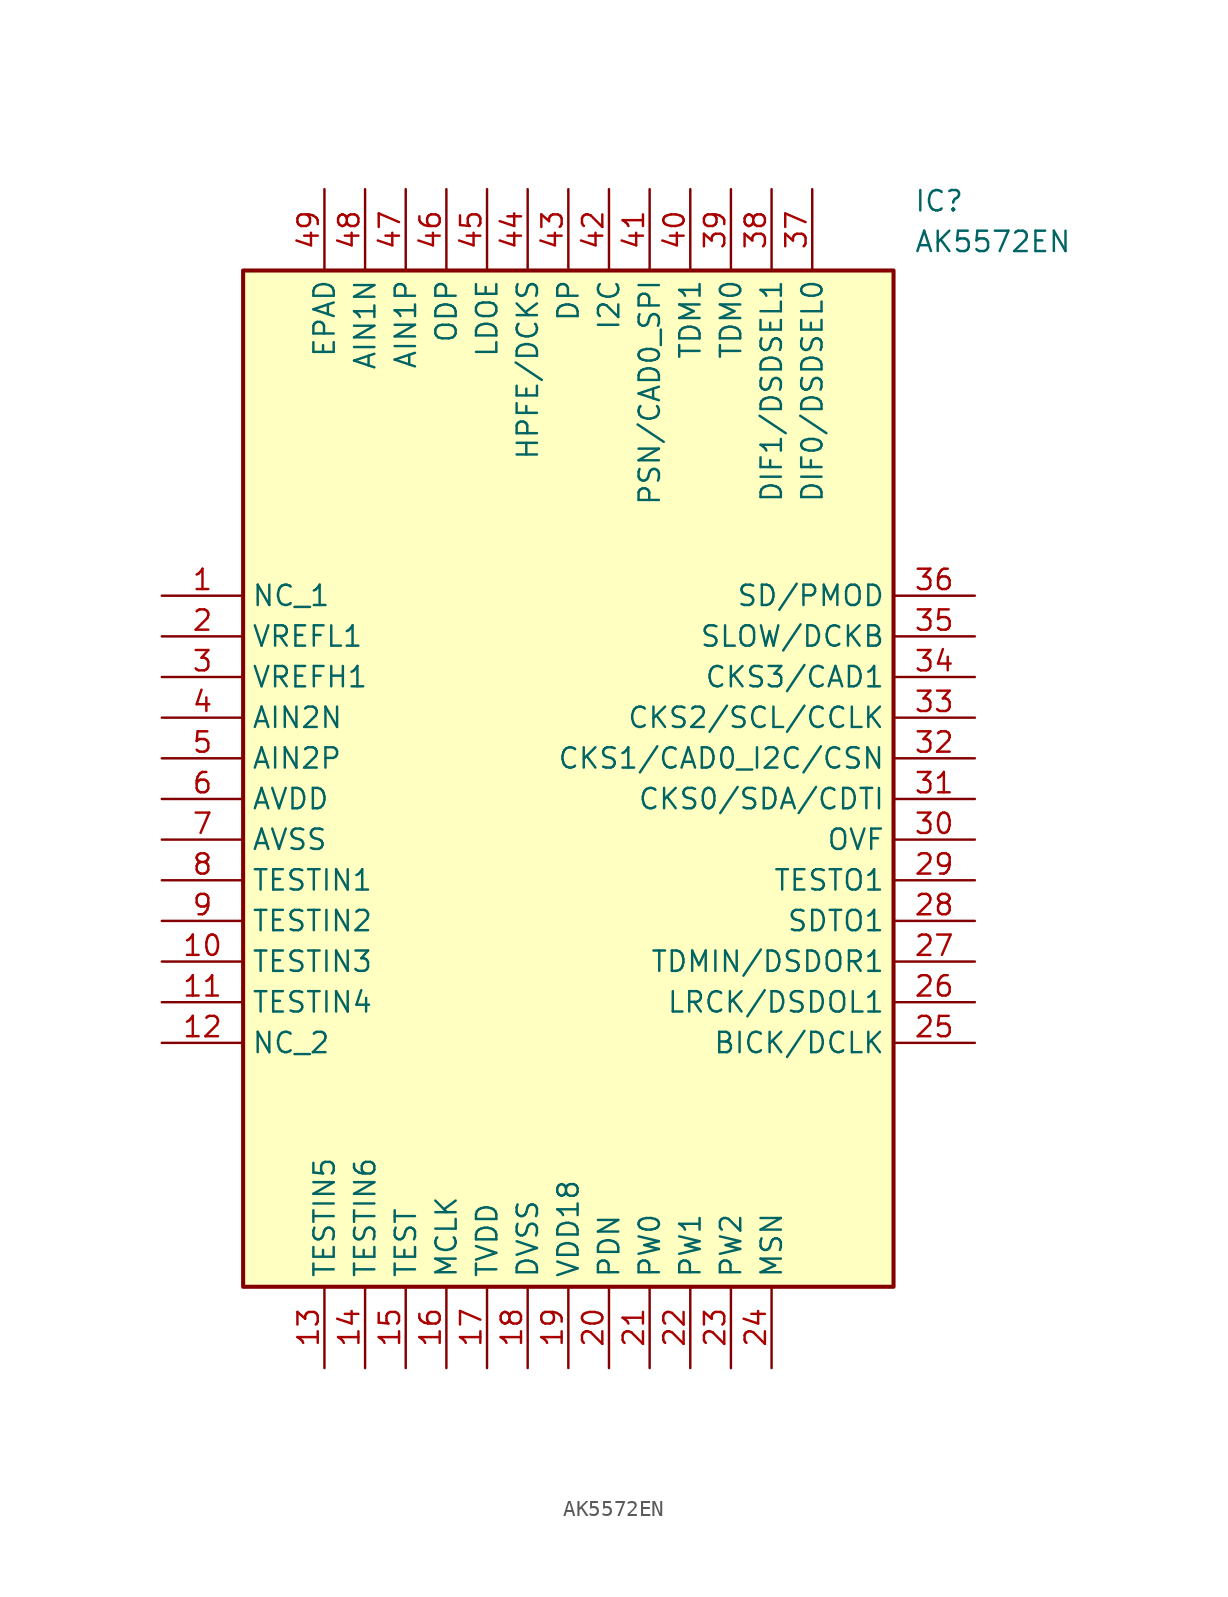
<source format=kicad_sym>
(kicad_symbol_lib
  (version 20211014)
  (generator SamacSys_ECAD_Model)
  (symbol "AK5572EN"
    (property "Reference" "IC"
      (at 46.99 25.4 0)
      (effects (font (size 1.27 1.27)) (justify left top)))
    (property "Value" "AK5572EN"
      (at 46.99 22.86 0)
      (effects (font (size 1.27 1.27)) (justify left top)))
    (rectangle
      (start 5.08 20.32)
      (end 45.72 -43.18)
      (stroke (width 0.254) (type default))
      (fill (type background)))
    (pin passive line
      (at 0 0 0)
      (length 5.08)
      (name "NC_1" (effects (font (size 1.27 1.27))))
      (number "1" (effects (font (size 1.27 1.27)))))
    (pin passive line
      (at 0 -2.54 0)
      (length 5.08)
      (name "VREFL1" (effects (font (size 1.27 1.27))))
      (number "2" (effects (font (size 1.27 1.27)))))
    (pin passive line
      (at 0 -5.08 0)
      (length 5.08)
      (name "VREFH1" (effects (font (size 1.27 1.27))))
      (number "3" (effects (font (size 1.27 1.27)))))
    (pin passive line
      (at 0 -7.62 0)
      (length 5.08)
      (name "AIN2N" (effects (font (size 1.27 1.27))))
      (number "4" (effects (font (size 1.27 1.27)))))
    (pin passive line
      (at 0 -10.16 0)
      (length 5.08)
      (name "AIN2P" (effects (font (size 1.27 1.27))))
      (number "5" (effects (font (size 1.27 1.27)))))
    (pin passive line
      (at 0 -12.7 0)
      (length 5.08)
      (name "AVDD" (effects (font (size 1.27 1.27))))
      (number "6" (effects (font (size 1.27 1.27)))))
    (pin passive line
      (at 0 -15.24 0)
      (length 5.08)
      (name "AVSS" (effects (font (size 1.27 1.27))))
      (number "7" (effects (font (size 1.27 1.27)))))
    (pin passive line
      (at 0 -17.78 0)
      (length 5.08)
      (name "TESTIN1" (effects (font (size 1.27 1.27))))
      (number "8" (effects (font (size 1.27 1.27)))))
    (pin passive line
      (at 0 -20.32 0)
      (length 5.08)
      (name "TESTIN2" (effects (font (size 1.27 1.27))))
      (number "9" (effects (font (size 1.27 1.27)))))
    (pin passive line
      (at 0 -22.86 0)
      (length 5.08)
      (name "TESTIN3" (effects (font (size 1.27 1.27))))
      (number "10" (effects (font (size 1.27 1.27)))))
    (pin passive line
      (at 0 -25.4 0)
      (length 5.08)
      (name "TESTIN4" (effects (font (size 1.27 1.27))))
      (number "11" (effects (font (size 1.27 1.27)))))
    (pin passive line
      (at 0 -27.94 0)
      (length 5.08)
      (name "NC_2" (effects (font (size 1.27 1.27))))
      (number "12" (effects (font (size 1.27 1.27)))))
    (pin passive line
      (at 10.16 -48.26 90)
      (length 5.08)
      (name "TESTIN5" (effects (font (size 1.27 1.27))))
      (number "13" (effects (font (size 1.27 1.27)))))
    (pin passive line
      (at 12.7 -48.26 90)
      (length 5.08)
      (name "TESTIN6" (effects (font (size 1.27 1.27))))
      (number "14" (effects (font (size 1.27 1.27)))))
    (pin passive line
      (at 15.24 -48.26 90)
      (length 5.08)
      (name "TEST" (effects (font (size 1.27 1.27))))
      (number "15" (effects (font (size 1.27 1.27)))))
    (pin passive line
      (at 17.78 -48.26 90)
      (length 5.08)
      (name "MCLK" (effects (font (size 1.27 1.27))))
      (number "16" (effects (font (size 1.27 1.27)))))
    (pin passive line
      (at 20.32 -48.26 90)
      (length 5.08)
      (name "TVDD" (effects (font (size 1.27 1.27))))
      (number "17" (effects (font (size 1.27 1.27)))))
    (pin passive line
      (at 22.86 -48.26 90)
      (length 5.08)
      (name "DVSS" (effects (font (size 1.27 1.27))))
      (number "18" (effects (font (size 1.27 1.27)))))
    (pin passive line
      (at 25.4 -48.26 90)
      (length 5.08)
      (name "VDD18" (effects (font (size 1.27 1.27))))
      (number "19" (effects (font (size 1.27 1.27)))))
    (pin passive line
      (at 27.94 -48.26 90)
      (length 5.08)
      (name "PDN" (effects (font (size 1.27 1.27))))
      (number "20" (effects (font (size 1.27 1.27)))))
    (pin passive line
      (at 30.48 -48.26 90)
      (length 5.08)
      (name "PW0" (effects (font (size 1.27 1.27))))
      (number "21" (effects (font (size 1.27 1.27)))))
    (pin passive line
      (at 33.02 -48.26 90)
      (length 5.08)
      (name "PW1" (effects (font (size 1.27 1.27))))
      (number "22" (effects (font (size 1.27 1.27)))))
    (pin passive line
      (at 35.56 -48.26 90)
      (length 5.08)
      (name "PW2" (effects (font (size 1.27 1.27))))
      (number "23" (effects (font (size 1.27 1.27)))))
    (pin passive line
      (at 38.1 -48.26 90)
      (length 5.08)
      (name "MSN" (effects (font (size 1.27 1.27))))
      (number "24" (effects (font (size 1.27 1.27)))))
    (pin passive line
      (at 50.8 0 180)
      (length 5.08)
      (name "SD/PMOD" (effects (font (size 1.27 1.27))))
      (number "36" (effects (font (size 1.27 1.27)))))
    (pin passive line
      (at 50.8 -2.54 180)
      (length 5.08)
      (name "SLOW/DCKB" (effects (font (size 1.27 1.27))))
      (number "35" (effects (font (size 1.27 1.27)))))
    (pin passive line
      (at 50.8 -5.08 180)
      (length 5.08)
      (name "CKS3/CAD1" (effects (font (size 1.27 1.27))))
      (number "34" (effects (font (size 1.27 1.27)))))
    (pin passive line
      (at 50.8 -7.62 180)
      (length 5.08)
      (name "CKS2/SCL/CCLK" (effects (font (size 1.27 1.27))))
      (number "33" (effects (font (size 1.27 1.27)))))
    (pin passive line
      (at 50.8 -10.16 180)
      (length 5.08)
      (name "CKS1/CAD0_I2C/CSN" (effects (font (size 1.27 1.27))))
      (number "32" (effects (font (size 1.27 1.27)))))
    (pin passive line
      (at 50.8 -12.7 180)
      (length 5.08)
      (name "CKS0/SDA/CDTI" (effects (font (size 1.27 1.27))))
      (number "31" (effects (font (size 1.27 1.27)))))
    (pin passive line
      (at 50.8 -15.24 180)
      (length 5.08)
      (name "OVF" (effects (font (size 1.27 1.27))))
      (number "30" (effects (font (size 1.27 1.27)))))
    (pin passive line
      (at 50.8 -17.78 180)
      (length 5.08)
      (name "TESTO1" (effects (font (size 1.27 1.27))))
      (number "29" (effects (font (size 1.27 1.27)))))
    (pin passive line
      (at 50.8 -20.32 180)
      (length 5.08)
      (name "SDTO1" (effects (font (size 1.27 1.27))))
      (number "28" (effects (font (size 1.27 1.27)))))
    (pin passive line
      (at 50.8 -22.86 180)
      (length 5.08)
      (name "TDMIN/DSDOR1" (effects (font (size 1.27 1.27))))
      (number "27" (effects (font (size 1.27 1.27)))))
    (pin passive line
      (at 50.8 -25.4 180)
      (length 5.08)
      (name "LRCK/DSDOL1" (effects (font (size 1.27 1.27))))
      (number "26" (effects (font (size 1.27 1.27)))))
    (pin passive line
      (at 50.8 -27.94 180)
      (length 5.08)
      (name "BICK/DCLK" (effects (font (size 1.27 1.27))))
      (number "25" (effects (font (size 1.27 1.27)))))
    (pin passive line
      (at 10.16 25.4 270)
      (length 5.08)
      (name "EPAD" (effects (font (size 1.27 1.27))))
      (number "49" (effects (font (size 1.27 1.27)))))
    (pin passive line
      (at 12.7 25.4 270)
      (length 5.08)
      (name "AIN1N" (effects (font (size 1.27 1.27))))
      (number "48" (effects (font (size 1.27 1.27)))))
    (pin passive line
      (at 15.24 25.4 270)
      (length 5.08)
      (name "AIN1P" (effects (font (size 1.27 1.27))))
      (number "47" (effects (font (size 1.27 1.27)))))
    (pin passive line
      (at 17.78 25.4 270)
      (length 5.08)
      (name "ODP" (effects (font (size 1.27 1.27))))
      (number "46" (effects (font (size 1.27 1.27)))))
    (pin passive line
      (at 20.32 25.4 270)
      (length 5.08)
      (name "LDOE" (effects (font (size 1.27 1.27))))
      (number "45" (effects (font (size 1.27 1.27)))))
    (pin passive line
      (at 22.86 25.4 270)
      (length 5.08)
      (name "HPFE/DCKS" (effects (font (size 1.27 1.27))))
      (number "44" (effects (font (size 1.27 1.27)))))
    (pin passive line
      (at 25.4 25.4 270)
      (length 5.08)
      (name "DP" (effects (font (size 1.27 1.27))))
      (number "43" (effects (font (size 1.27 1.27)))))
    (pin passive line
      (at 27.94 25.4 270)
      (length 5.08)
      (name "I2C" (effects (font (size 1.27 1.27))))
      (number "42" (effects (font (size 1.27 1.27)))))
    (pin passive line
      (at 30.48 25.4 270)
      (length 5.08)
      (name "PSN/CAD0_SPI" (effects (font (size 1.27 1.27))))
      (number "41" (effects (font (size 1.27 1.27)))))
    (pin passive line
      (at 33.02 25.4 270)
      (length 5.08)
      (name "TDM1" (effects (font (size 1.27 1.27))))
      (number "40" (effects (font (size 1.27 1.27)))))
    (pin passive line
      (at 35.56 25.4 270)
      (length 5.08)
      (name "TDM0" (effects (font (size 1.27 1.27))))
      (number "39" (effects (font (size 1.27 1.27)))))
    (pin passive line
      (at 38.1 25.4 270)
      (length 5.08)
      (name "DIF1/DSDSEL1" (effects (font (size 1.27 1.27))))
      (number "38" (effects (font (size 1.27 1.27)))))
    (pin passive line
      (at 40.64 25.4 270)
      (length 5.08)
      (name "DIF0/DSDSEL0" (effects (font (size 1.27 1.27))))
      (number "37" (effects (font (size 1.27 1.27)))))))
</source>
